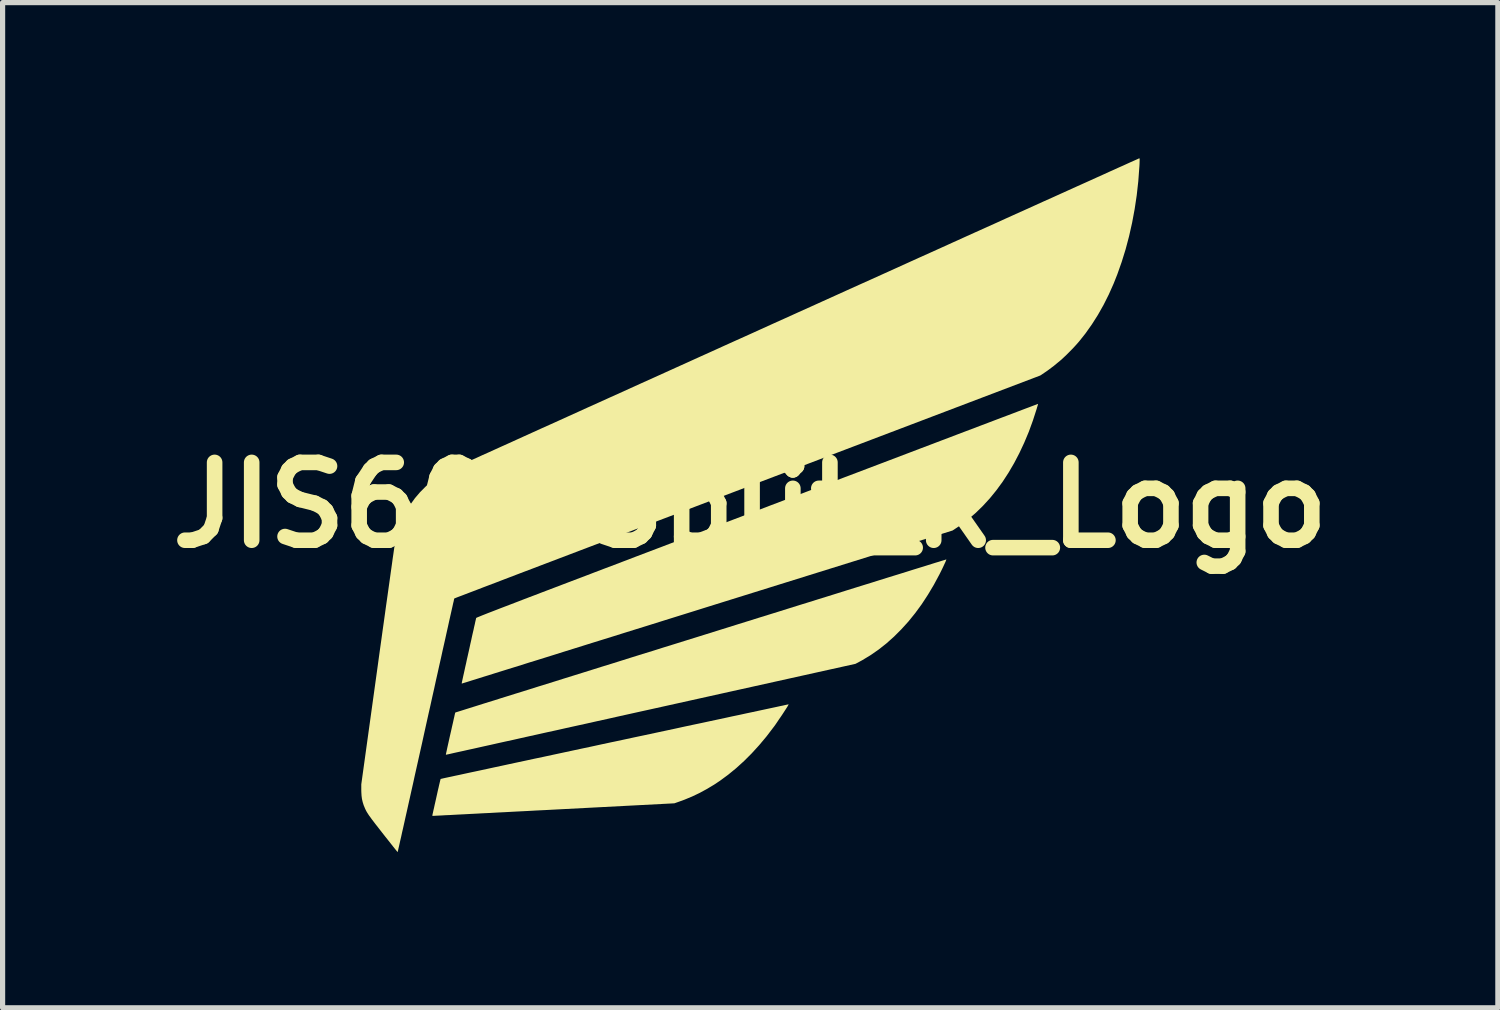
<source format=kicad_pcb>
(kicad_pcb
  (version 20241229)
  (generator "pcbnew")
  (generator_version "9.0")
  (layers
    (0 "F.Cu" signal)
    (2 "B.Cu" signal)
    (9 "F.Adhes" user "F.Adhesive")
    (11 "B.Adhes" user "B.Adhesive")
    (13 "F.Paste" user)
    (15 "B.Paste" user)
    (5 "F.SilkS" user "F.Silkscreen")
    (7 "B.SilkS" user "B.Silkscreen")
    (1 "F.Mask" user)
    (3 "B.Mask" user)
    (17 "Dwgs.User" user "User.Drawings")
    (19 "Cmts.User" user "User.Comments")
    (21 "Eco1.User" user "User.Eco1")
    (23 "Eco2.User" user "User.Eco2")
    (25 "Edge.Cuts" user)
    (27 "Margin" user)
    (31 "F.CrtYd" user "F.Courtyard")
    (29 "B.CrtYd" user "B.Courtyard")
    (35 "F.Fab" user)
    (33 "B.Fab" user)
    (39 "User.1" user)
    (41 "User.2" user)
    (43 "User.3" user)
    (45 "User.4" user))
  (footprint "JIS60-Split_R_Logo"
    (layer "F.Cu")
    (at 11.407 6.682)
    (property "Reference" "JIS60-Split_R_Logo" (at 0 0 0) (layer "F.SilkS") (effects (font (size 1.5 1.5) (thickness 0.3))))
    (attr board_only exclude_from_pos_files exclude_from_bom)
    (fp_poly (pts (xy 0.739 3.845) (xy 0.733 3.856) (xy 0.726 3.868) (xy 0.713 3.891) (xy 0.693 3.922) (xy 0.669 3.959) (xy 0.641 4.002) (xy 0.611 4.048) (xy 0.579 4.095) (xy 0.547 4.141) (xy 0.517 4.186) (xy 0.489 4.227) (xy 0.464 4.262) (xy 0.448 4.283) (xy 0.313 4.46) (xy 0.173 4.627) (xy 0.029 4.785) (xy -0.119 4.933) (xy -0.271 5.071) (xy -0.425 5.197) (xy -0.581 5.312) (xy -0.695 5.388) (xy -0.837 5.473) (xy -0.977 5.549) (xy -1.12 5.617) (xy -1.267 5.678) (xy -1.365 5.714) (xy -1.462 5.748) (xy -3.777 5.869) (xy -3.947 5.878) (xy -4.113 5.886) (xy -4.275 5.895) (xy -4.434 5.903) (xy -4.588 5.911) (xy -4.737 5.919) (xy -4.881 5.926) (xy -5.02 5.934) (xy -5.152 5.94) (xy -5.277 5.947) (xy -5.396 5.953) (xy -5.507 5.959) (xy -5.61 5.964) (xy -5.704 5.969) (xy -5.79 5.974) (xy -5.867 5.977) (xy -5.934 5.981) (xy -5.991 5.984) (xy -6.038 5.986) (xy -6.073 5.988) (xy -6.097 5.989) (xy -6.109 5.99) (xy -6.111 5.99) (xy -6.123 5.989) (xy -6.126 5.983) (xy -6.125 5.976) (xy -6.123 5.967) (xy -6.119 5.948) (xy -6.112 5.918) (xy -6.104 5.88) (xy -6.093 5.834) (xy -6.082 5.782) (xy -6.069 5.725) (xy -6.055 5.663) (xy -6.046 5.622) (xy -6.032 5.559) (xy -6.019 5.5) (xy -6.006 5.445) (xy -5.995 5.396) (xy -5.985 5.354) (xy -5.977 5.32) (xy -5.971 5.296) (xy -5.967 5.282) (xy -5.966 5.278) (xy -5.96 5.277) (xy -5.942 5.273) (xy -5.912 5.266) (xy -5.871 5.257) (xy -5.82 5.246) (xy -5.758 5.233) (xy -5.686 5.217) (xy -5.604 5.2) (xy -5.513 5.18) (xy -5.412 5.158) (xy -5.303 5.135) (xy -5.186 5.11) (xy -5.061 5.083) (xy -4.928 5.054) (xy -4.787 5.024) (xy -4.64 4.992) (xy -4.486 4.959) (xy -4.326 4.925) (xy -4.16 4.889) (xy -3.988 4.853) (xy -3.812 4.815) (xy -3.63 4.776) (xy -3.444 4.736) (xy -3.253 4.695) (xy -3.059 4.654) (xy -2.862 4.611) (xy -2.661 4.568) (xy -2.621 4.56) (xy -2.42 4.517) (xy -2.221 4.474) (xy -2.026 4.433) (xy -1.835 4.392) (xy -1.648 4.352) (xy -1.465 4.313) (xy -1.287 4.274) (xy -1.114 4.237) (xy -0.947 4.202) (xy -0.785 4.167) (xy -0.63 4.134) (xy -0.481 4.102) (xy -0.339 4.071) (xy -0.204 4.043) (xy -0.077 4.015) (xy 0.042 3.99) (xy 0.153 3.966) (xy 0.256 3.944) (xy 0.349 3.924) (xy 0.433 3.906) (xy 0.508 3.89) (xy 0.572 3.876) (xy 0.626 3.865) (xy 0.669 3.855) (xy 0.702 3.848) (xy 0.722 3.844) (xy 0.732 3.842) (xy 0.732 3.842) (xy 0.738 3.841)) (stroke (width 0) (type solid)) (fill yes) (layer "F.SilkS"))
    (fp_poly (pts (xy 3.778 1.048) (xy 3.778 1.055) (xy 3.772 1.071) (xy 3.762 1.096) (xy 3.747 1.128) (xy 3.729 1.167) (xy 3.708 1.212) (xy 3.684 1.261) (xy 3.658 1.313) (xy 3.646 1.337) (xy 3.538 1.538) (xy 3.424 1.729) (xy 3.305 1.911) (xy 3.179 2.083) (xy 3.048 2.245) (xy 2.911 2.396) (xy 2.77 2.537) (xy 2.623 2.668) (xy 2.472 2.787) (xy 2.316 2.895) (xy 2.157 2.991) (xy 2.098 3.023) (xy 2.029 3.06) (xy -1.904 3.933) (xy -2.122 3.981) (xy -2.338 4.029) (xy -2.55 4.076) (xy -2.758 4.123) (xy -2.963 4.168) (xy -3.163 4.213) (xy -3.359 4.256) (xy -3.549 4.298) (xy -3.735 4.34) (xy -3.915 4.379) (xy -4.089 4.418) (xy -4.257 4.455) (xy -4.418 4.491) (xy -4.572 4.526) (xy -4.72 4.558) (xy -4.86 4.589) (xy -4.992 4.619) (xy -5.115 4.646) (xy -5.231 4.672) (xy -5.337 4.696) (xy -5.435 4.717) (xy -5.523 4.737) (xy -5.601 4.754) (xy -5.67 4.769) (xy -5.728 4.782) (xy -5.775 4.793) (xy -5.811 4.801) (xy -5.836 4.806) (xy -5.849 4.809) (xy -5.851 4.81) (xy -5.862 4.811) (xy -5.865 4.808) (xy -5.864 4.801) (xy -5.86 4.782) (xy -5.854 4.755) (xy -5.846 4.718) (xy -5.837 4.675) (xy -5.826 4.626) (xy -5.814 4.572) (xy -5.801 4.514) (xy -5.788 4.455) (xy -5.774 4.394) (xy -5.76 4.333) (xy -5.747 4.274) (xy -5.734 4.218) (xy -5.722 4.165) (xy -5.712 4.118) (xy -5.702 4.076) (xy -5.695 4.043) (xy -5.689 4.018) (xy -5.685 4.003) (xy -5.684 3.999) (xy -5.678 3.997) (xy -5.66 3.991) (xy -5.631 3.982) (xy -5.592 3.97) (xy -5.541 3.954) (xy -5.481 3.935) (xy -5.411 3.913) (xy -5.331 3.888) (xy -5.242 3.86) (xy -5.144 3.829) (xy -5.038 3.796) (xy -4.924 3.761) (xy -4.802 3.722) (xy -4.673 3.682) (xy -4.536 3.639) (xy -4.393 3.595) (xy -4.243 3.548) (xy -4.088 3.499) (xy -3.926 3.449) (xy -3.759 3.397) (xy -3.588 3.343) (xy -3.411 3.288) (xy -3.231 3.232) (xy -3.046 3.174) (xy -2.858 3.115) (xy -2.666 3.056) (xy -2.472 2.995) (xy -2.275 2.933) (xy -2.076 2.871) (xy -1.874 2.809) (xy -1.672 2.745) (xy -1.468 2.682) (xy -1.263 2.618) (xy -1.057 2.554) (xy -0.852 2.49) (xy -0.647 2.426) (xy -0.442 2.362) (xy -0.238 2.298) (xy -0.035 2.235) (xy 0.166 2.172) (xy 0.366 2.11) (xy 0.563 2.049) (xy 0.757 1.988) (xy 0.949 1.928) (xy 1.137 1.87) (xy 1.322 1.812) (xy 1.503 1.756) (xy 1.679 1.701) (xy 1.851 1.647) (xy 2.018 1.595) (xy 2.179 1.545) (xy 2.335 1.497) (xy 2.484 1.45) (xy 2.628 1.405) (xy 2.764 1.363) (xy 2.894 1.323) (xy 3.016 1.285) (xy 3.13 1.249) (xy 3.237 1.216) (xy 3.335 1.186) (xy 3.424 1.158) (xy 3.504 1.133) (xy 3.574 1.111) (xy 3.635 1.093) (xy 3.685 1.077) (xy 3.725 1.065) (xy 3.754 1.056) (xy 3.772 1.05) (xy 3.778 1.048)) (stroke (width 0) (type solid)) (fill yes) (layer "F.SilkS"))
    (fp_poly (pts (xy 5.545 -1.942) (xy 5.541 -1.926) (xy 5.534 -1.902) (xy 5.525 -1.873) (xy 5.52 -1.854) (xy 5.447 -1.628) (xy 5.368 -1.411) (xy 5.28 -1.201) (xy 5.186 -1) (xy 5.085 -0.807) (xy 4.978 -0.624) (xy 4.864 -0.449) (xy 4.744 -0.285) (xy 4.618 -0.13) (xy 4.485 0.015) (xy 4.348 0.149) (xy 4.204 0.273) (xy 4.056 0.386) (xy 3.961 0.45) (xy 3.899 0.491) (xy -0.823 1.963) (xy -1.059 2.037) (xy -1.293 2.11) (xy -1.524 2.182) (xy -1.751 2.253) (xy -1.974 2.323) (xy -2.194 2.391) (xy -2.409 2.458) (xy -2.619 2.524) (xy -2.825 2.588) (xy -3.025 2.65) (xy -3.22 2.711) (xy -3.409 2.77) (xy -3.592 2.827) (xy -3.769 2.883) (xy -3.939 2.936) (xy -4.102 2.987) (xy -4.259 3.035) (xy -4.407 3.082) (xy -4.548 3.126) (xy -4.681 3.167) (xy -4.806 3.206) (xy -4.922 3.242) (xy -5.029 3.276) (xy -5.127 3.306) (xy -5.216 3.334) (xy -5.295 3.359) (xy -5.364 3.38) (xy -5.423 3.399) (xy -5.471 3.414) (xy -5.508 3.425) (xy -5.534 3.433) (xy -5.549 3.438) (xy -5.552 3.439) (xy -5.559 3.438) (xy -5.56 3.436) (xy -5.559 3.429) (xy -5.555 3.411) (xy -5.549 3.382) (xy -5.541 3.345) (xy -5.531 3.299) (xy -5.519 3.246) (xy -5.506 3.187) (xy -5.492 3.122) (xy -5.476 3.053) (xy -5.461 2.981) (xy -5.444 2.907) (xy -5.427 2.831) (xy -5.41 2.755) (xy -5.394 2.68) (xy -5.377 2.606) (xy -5.362 2.535) (xy -5.347 2.468) (xy -5.332 2.405) (xy -5.32 2.348) (xy -5.308 2.297) (xy -5.299 2.254) (xy -5.291 2.219) (xy -5.285 2.194) (xy -5.282 2.18) (xy -5.281 2.176) (xy -5.28 2.175) (xy -5.276 2.173) (xy -5.271 2.171) (xy -5.263 2.167) (xy -5.252 2.162) (xy -5.239 2.157) (xy -5.222 2.15) (xy -5.202 2.142) (xy -5.178 2.132) (xy -5.151 2.121) (xy -5.12 2.109) (xy -5.085 2.095) (xy -5.045 2.079) (xy -5 2.062) (xy -4.951 2.043) (xy -4.897 2.022) (xy -4.838 1.999) (xy -4.773 1.974) (xy -4.702 1.947) (xy -4.626 1.918) (xy -4.543 1.886) (xy -4.454 1.852) (xy -4.359 1.815) (xy -4.257 1.776) (xy -4.148 1.735) (xy -4.031 1.69) (xy -3.908 1.643) (xy -3.776 1.593) (xy -3.637 1.54) (xy -3.49 1.484) (xy -3.335 1.425) (xy -3.171 1.363) (xy -2.999 1.297) (xy -2.818 1.228) (xy -2.627 1.156) (xy -2.428 1.08) (xy -2.219 1) (xy -2 0.917) (xy -1.771 0.83) (xy -1.532 0.739) (xy -1.282 0.644) (xy -1.023 0.545) (xy -0.752 0.442) (xy -0.47 0.335) (xy -0.177 0.224) (xy 0.127 0.108) (xy 0.134 0.106) (xy 0.384 0.01) (xy 0.632 -0.084) (xy 0.877 -0.177) (xy 1.119 -0.269) (xy 1.357 -0.359) (xy 1.591 -0.448) (xy 1.821 -0.536) (xy 2.046 -0.621) (xy 2.267 -0.705) (xy 2.483 -0.787) (xy 2.694 -0.867) (xy 2.899 -0.945) (xy 3.099 -1.021) (xy 3.293 -1.095) (xy 3.481 -1.166) (xy 3.662 -1.235) (xy 3.837 -1.301) (xy 4.004 -1.365) (xy 4.165 -1.426) (xy 4.318 -1.484) (xy 4.463 -1.539) (xy 4.6 -1.591) (xy 4.729 -1.64) (xy 4.85 -1.686) (xy 4.962 -1.728) (xy 5.065 -1.767) (xy 5.159 -1.803) (xy 5.243 -1.835) (xy 5.317 -1.863) (xy 5.382 -1.887) (xy 5.436 -1.908) (xy 5.479 -1.924) (xy 5.512 -1.936) (xy 5.534 -1.945) (xy 5.545 -1.948) (xy 5.546 -1.949)) (stroke (width 0) (type solid)) (fill yes) (layer "F.SilkS"))
    (fp_poly (pts (xy 7.501 -6.68) (xy 7.503 -6.673) (xy 7.504 -6.66) (xy 7.504 -6.639) (xy 7.503 -6.61) (xy 7.502 -6.571) (xy 7.499 -6.521) (xy 7.498 -6.51) (xy 7.478 -6.239) (xy 7.448 -5.97) (xy 7.408 -5.703) (xy 7.359 -5.44) (xy 7.301 -5.182) (xy 7.234 -4.929) (xy 7.158 -4.684) (xy 7.074 -4.446) (xy 7.003 -4.267) (xy 6.91 -4.058) (xy 6.809 -3.857) (xy 6.7 -3.664) (xy 6.583 -3.48) (xy 6.459 -3.305) (xy 6.339 -3.154) (xy 6.299 -3.108) (xy 6.253 -3.057) (xy 6.202 -3.003) (xy 6.148 -2.948) (xy 6.094 -2.894) (xy 6.041 -2.844) (xy 5.994 -2.8) (xy 5.971 -2.781) (xy 5.85 -2.681) (xy 5.727 -2.589) (xy 5.664 -2.546) (xy 5.589 -2.496) (xy -0.055 -0.351) (xy -0.311 -0.253) (xy -0.565 -0.157) (xy -0.815 -0.062) (xy -1.062 0.032) (xy -1.305 0.125) (xy -1.545 0.216) (xy -1.78 0.305) (xy -2.011 0.393) (xy -2.238 0.479) (xy -2.46 0.564) (xy -2.676 0.646) (xy -2.887 0.727) (xy -3.093 0.805) (xy -3.293 0.881) (xy -3.487 0.955) (xy -3.674 1.026) (xy -3.855 1.095) (xy -4.029 1.161) (xy -4.196 1.225) (xy -4.355 1.285) (xy -4.507 1.343) (xy -4.651 1.398) (xy -4.787 1.45) (xy -4.914 1.499) (xy -5.033 1.544) (xy -5.144 1.586) (xy -5.245 1.625) (xy -5.336 1.66) (xy -5.418 1.691) (xy -5.491 1.719) (xy -5.553 1.743) (xy -5.604 1.762) (xy -5.646 1.778) (xy -5.676 1.79) (xy -5.695 1.798) (xy -5.703 1.801) (xy -5.703 1.801) (xy -5.705 1.807) (xy -5.709 1.825) (xy -5.715 1.855) (xy -5.725 1.895) (xy -5.736 1.946) (xy -5.75 2.008) (xy -5.766 2.079) (xy -5.784 2.159) (xy -5.804 2.248) (xy -5.825 2.345) (xy -5.849 2.451) (xy -5.874 2.565) (xy -5.901 2.685) (xy -5.93 2.813) (xy -5.959 2.947) (xy -5.991 3.087) (xy -6.023 3.232) (xy -6.057 3.383) (xy -6.091 3.539) (xy -6.127 3.699) (xy -6.163 3.863) (xy -6.201 4.031) (xy -6.239 4.202) (xy -6.249 4.247) (xy -6.287 4.419) (xy -6.324 4.588) (xy -6.361 4.753) (xy -6.397 4.914) (xy -6.432 5.07) (xy -6.466 5.222) (xy -6.498 5.369) (xy -6.53 5.511) (xy -6.56 5.646) (xy -6.589 5.775) (xy -6.616 5.897) (xy -6.642 6.012) (xy -6.666 6.12) (xy -6.688 6.219) (xy -6.709 6.31) (xy -6.727 6.393) (xy -6.744 6.466) (xy -6.758 6.529) (xy -6.77 6.582) (xy -6.78 6.625) (xy -6.787 6.658) (xy -6.792 6.678) (xy -6.794 6.688) (xy -6.795 6.688) (xy -6.799 6.683) (xy -6.81 6.67) (xy -6.828 6.648) (xy -6.852 6.618) (xy -6.881 6.582) (xy -6.914 6.54) (xy -6.951 6.493) (xy -6.992 6.441) (xy -7.036 6.386) (xy -7.068 6.345) (xy -7.126 6.271) (xy -7.177 6.205) (xy -7.222 6.148) (xy -7.26 6.098) (xy -7.293 6.055) (xy -7.32 6.017) (xy -7.344 5.985) (xy -7.363 5.956) (xy -7.379 5.931) (xy -7.393 5.908) (xy -7.404 5.887) (xy -7.414 5.867) (xy -7.422 5.85) (xy -7.449 5.785) (xy -7.468 5.724) (xy -7.482 5.664) (xy -7.49 5.602) (xy -7.494 5.533) (xy -7.495 5.495) (xy -7.495 5.382) (xy -7.175 3.076) (xy -7.152 2.907) (xy -7.129 2.741) (xy -7.106 2.578) (xy -7.084 2.418) (xy -7.062 2.263) (xy -7.041 2.112) (xy -7.021 1.966) (xy -7.001 1.826) (xy -6.982 1.691) (xy -6.964 1.563) (xy -6.947 1.442) (xy -6.931 1.327) (xy -6.916 1.221) (xy -6.902 1.122) (xy -6.89 1.033) (xy -6.878 0.952) (xy -6.868 0.881) (xy -6.859 0.819) (xy -6.851 0.768) (xy -6.846 0.728) (xy -6.841 0.699) (xy -6.838 0.682) (xy -6.838 0.679) (xy -6.802 0.533) (xy -6.755 0.39) (xy -6.697 0.252) (xy -6.628 0.118) (xy -6.549 -0.01) (xy -6.461 -0.132) (xy -6.364 -0.246) (xy -6.258 -0.353) (xy -6.144 -0.452) (xy -6.024 -0.541) (xy -5.896 -0.621) (xy -5.811 -0.666) (xy -5.803 -0.67) (xy -5.784 -0.679) (xy -5.754 -0.692) (xy -5.713 -0.711) (xy -5.663 -0.734) (xy -5.602 -0.761) (xy -5.532 -0.793) (xy -5.452 -0.829) (xy -5.364 -0.869) (xy -5.266 -0.913) (xy -5.16 -0.962) (xy -5.045 -1.013) (xy -4.922 -1.069) (xy -4.792 -1.128) (xy -4.654 -1.19) (xy -4.509 -1.256) (xy -4.357 -1.325) (xy -4.198 -1.397) (xy -4.033 -1.472) (xy -3.861 -1.549) (xy -3.684 -1.629) (xy -3.501 -1.712) (xy -3.313 -1.797) (xy -3.12 -1.885) (xy -2.922 -1.974) (xy -2.719 -2.066) (xy -2.512 -2.159) (xy -2.301 -2.255) (xy -2.087 -2.352) (xy -1.869 -2.45) (xy -1.648 -2.55) (xy -1.423 -2.652) (xy -1.197 -2.754) (xy -0.968 -2.858) (xy -0.737 -2.962) (xy -0.504 -3.068) (xy -0.269 -3.174) (xy -0.033 -3.28) (xy 0.203 -3.387) (xy 0.441 -3.495) (xy 0.679 -3.602) (xy 0.917 -3.71) (xy 1.155 -3.817) (xy 1.393 -3.925) (xy 1.63 -4.032) (xy 1.866 -4.139) (xy 2.101 -4.245) (xy 2.335 -4.35) (xy 2.567 -4.455) (xy 2.797 -4.559) (xy 3.024 -4.662) (xy 3.249 -4.764) (xy 3.472 -4.864) (xy 3.691 -4.963) (xy 3.907 -5.061) (xy 4.119 -5.157) (xy 4.327 -5.251) (xy 4.532 -5.343) (xy 4.732 -5.433) (xy 4.927 -5.522) (xy 5.117 -5.608) (xy 5.302 -5.691) (xy 5.481 -5.772) (xy 5.655 -5.851) (xy 5.823 -5.926) (xy 5.984 -5.999) (xy 6.139 -6.069) (xy 6.287 -6.136) (xy 6.427 -6.199) (xy 6.561 -6.259) (xy 6.686 -6.316) (xy 6.804 -6.369) (xy 6.913 -6.419) (xy 7.014 -6.464) (xy 7.106 -6.506) (xy 7.19 -6.543) (xy 7.264 -6.577) (xy 7.328 -6.606) (xy 7.382 -6.63) (xy 7.427 -6.65) (xy 7.461 -6.665) (xy 7.484 -6.676) (xy 7.496 -6.681) (xy 7.498 -6.682)) (stroke (width 0) (type solid)) (fill yes) (layer "F.SilkS")))
  (gr_rect
    (start -3 -3)
    (end 25.814 16.37)
    (stroke (width 0.1) (type default))
    (fill no)
    (layer "Edge.Cuts")))
</source>
